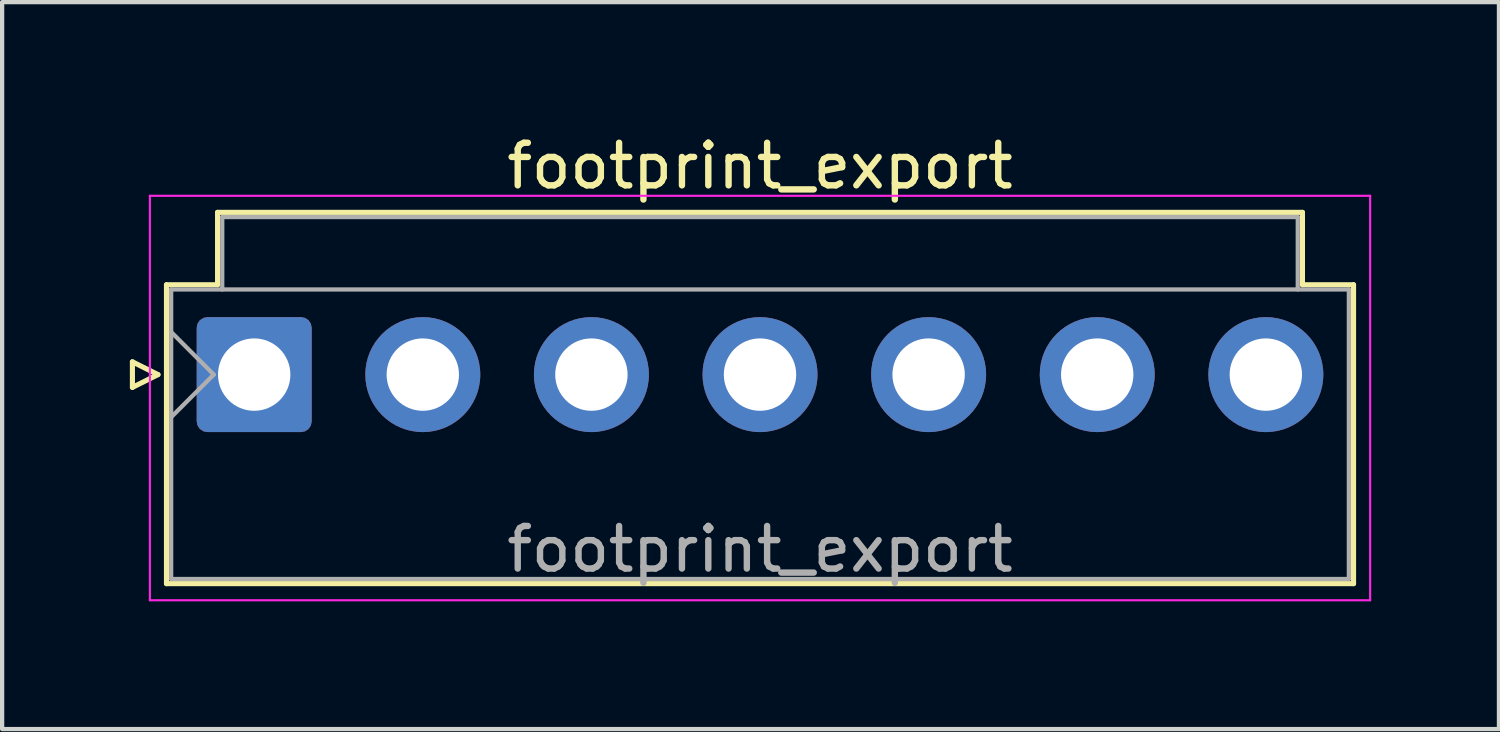
<source format=kicad_pcb>
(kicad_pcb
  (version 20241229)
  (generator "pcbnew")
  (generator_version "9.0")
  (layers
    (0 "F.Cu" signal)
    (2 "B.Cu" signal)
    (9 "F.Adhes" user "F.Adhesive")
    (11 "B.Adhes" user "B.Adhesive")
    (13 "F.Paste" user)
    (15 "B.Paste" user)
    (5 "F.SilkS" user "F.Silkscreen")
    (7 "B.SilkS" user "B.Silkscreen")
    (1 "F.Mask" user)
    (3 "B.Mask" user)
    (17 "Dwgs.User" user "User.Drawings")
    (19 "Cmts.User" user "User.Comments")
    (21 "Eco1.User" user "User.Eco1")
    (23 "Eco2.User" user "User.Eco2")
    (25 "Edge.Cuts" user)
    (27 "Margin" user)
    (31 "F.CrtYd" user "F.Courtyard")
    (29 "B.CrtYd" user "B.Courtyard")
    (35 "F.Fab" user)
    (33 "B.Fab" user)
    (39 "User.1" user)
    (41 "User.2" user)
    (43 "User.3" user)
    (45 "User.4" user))
  (footprint "footprint_export"
    (layer "F.Cu")
    (at 2.92 5.748)
    (property "Reference" "footprint_export" (at 11.88 -4.9 0) (layer "F.SilkS") (effects (font (size 1 1) (thickness 0.15))))
    (attr through_hole)
    (fp_line (start -2.86 -0.3) (end -2.26 0) (stroke (width 0.12) (type solid)) (layer "F.SilkS"))
    (fp_line (start -2.86 0.3) (end -2.86 -0.3) (stroke (width 0.12) (type solid)) (layer "F.SilkS"))
    (fp_line (start -2.26 0) (end -2.86 0.3) (stroke (width 0.12) (type solid)) (layer "F.SilkS"))
    (fp_line (start -2.06 -2.11) (end -0.86 -2.11) (stroke (width 0.12) (type solid)) (layer "F.SilkS"))
    (fp_line (start -2.06 4.91) (end -2.06 -2.11) (stroke (width 0.12) (type solid)) (layer "F.SilkS"))
    (fp_line (start -0.86 -3.81) (end 24.62 -3.81) (stroke (width 0.12) (type solid)) (layer "F.SilkS"))
    (fp_line (start -0.86 -2.11) (end -0.86 -3.81) (stroke (width 0.12) (type solid)) (layer "F.SilkS"))
    (fp_line (start 24.62 -3.81) (end 24.62 -2.11) (stroke (width 0.12) (type solid)) (layer "F.SilkS"))
    (fp_line (start 24.62 -2.11) (end 25.82 -2.11) (stroke (width 0.12) (type solid)) (layer "F.SilkS"))
    (fp_line (start 25.82 -2.11) (end 25.82 4.91) (stroke (width 0.12) (type solid)) (layer "F.SilkS"))
    (fp_line (start 25.82 4.91) (end -2.06 4.91) (stroke (width 0.12) (type solid)) (layer "F.SilkS"))
    (fp_line (start -2.45 -4.2) (end -2.45 5.3) (stroke (width 0.05) (type solid)) (layer "F.CrtYd"))
    (fp_line (start -2.45 5.3) (end 26.21 5.3) (stroke (width 0.05) (type solid)) (layer "F.CrtYd"))
    (fp_line (start 26.21 -4.2) (end -2.45 -4.2) (stroke (width 0.05) (type solid)) (layer "F.CrtYd"))
    (fp_line (start 26.21 5.3) (end 26.21 -4.2) (stroke (width 0.05) (type solid)) (layer "F.CrtYd"))
    (fp_line (start -1.95 -2) (end -1.95 4.8) (stroke (width 0.1) (type solid)) (layer "F.Fab"))
    (fp_line (start -1.95 -1) (end -0.95 0) (stroke (width 0.1) (type solid)) (layer "F.Fab"))
    (fp_line (start -1.95 1) (end -0.95 0) (stroke (width 0.1) (type solid)) (layer "F.Fab"))
    (fp_line (start -1.95 4.8) (end 25.71 4.8) (stroke (width 0.1) (type solid)) (layer "F.Fab"))
    (fp_line (start -0.75 -3.7) (end 24.51 -3.7) (stroke (width 0.1) (type solid)) (layer "F.Fab"))
    (fp_line (start -0.75 -2) (end -0.75 -3.7) (stroke (width 0.1) (type solid)) (layer "F.Fab"))
    (fp_line (start 24.51 -3.7) (end 24.51 -2) (stroke (width 0.1) (type solid)) (layer "F.Fab"))
    (fp_line (start 25.71 -2) (end -1.95 -2) (stroke (width 0.1) (type solid)) (layer "F.Fab"))
    (fp_line (start 25.71 4.8) (end 25.71 -2) (stroke (width 0.1) (type solid)) (layer "F.Fab"))
    (fp_text user "${REFERENCE}" (at 11.88 4.1 0) (layer "F.Fab") (effects (font (size 1 1) (thickness 0.15))))
    (pad "1" thru_hole roundrect (at 0 0) (size 2.7 2.7) (drill 1.7) (layers "*.Cu" "*.Mask") (roundrect_rratio 0.093))
    (pad "2" thru_hole circle (at 3.96 0) (size 2.7 2.7) (drill 1.7) (layers "*.Cu" "*.Mask"))
    (pad "3" thru_hole circle (at 7.92 0) (size 2.7 2.7) (drill 1.7) (layers "*.Cu" "*.Mask"))
    (pad "4" thru_hole circle (at 11.88 0) (size 2.7 2.7) (drill 1.7) (layers "*.Cu" "*.Mask"))
    (pad "5" thru_hole circle (at 15.84 0) (size 2.7 2.7) (drill 1.7) (layers "*.Cu" "*.Mask"))
    (pad "6" thru_hole circle (at 19.8 0) (size 2.7 2.7) (drill 1.7) (layers "*.Cu" "*.Mask"))
    (pad "7" thru_hole circle (at 23.76 0) (size 2.7 2.7) (drill 1.7) (layers "*.Cu" "*.Mask")))
  (gr_rect
    (start -3 -3)
    (end 32.155 14.073)
    (stroke (width 0.1) (type default))
    (fill no)
    (layer "Edge.Cuts")))
</source>
